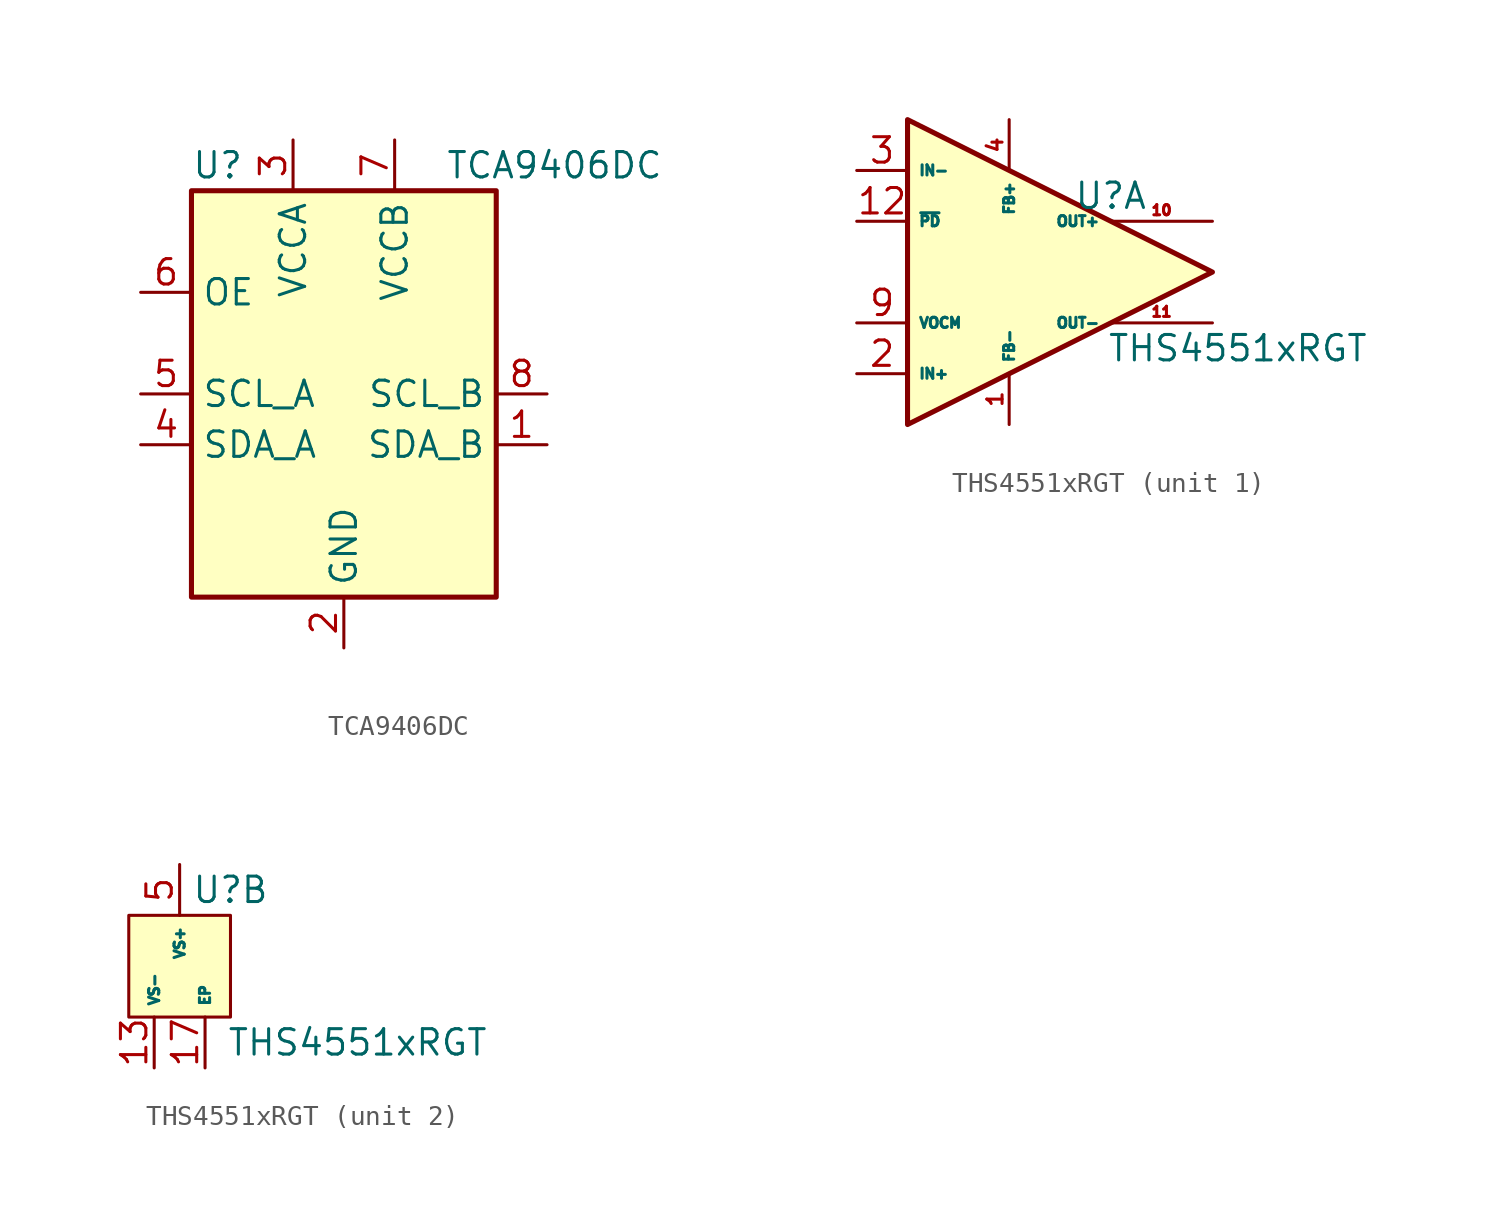
<source format=kicad_sym>
(kicad_symbol_lib
  (version 20220914)
  (generator kicad_symbol_editor)
  (symbol "TCA9406DC"
    (property "Reference" "U"
      (at -7.62 11.43 0)
      (effects (font (size 1.27 1.27)) (justify left)))
    (property "Value" "TCA9406DC"
      (at 5.08 11.43 0)
      (effects (font (size 1.27 1.27)) (justify left)))
    (symbol "TCA9406DC_0_1"
      (rectangle (start -7.62 10.16) (end 7.62 -10.16) (stroke (width 0.254) (type default)) (fill (type background))))
    (symbol "TCA9406DC_1_1"
      (pin bidirectional line (at 10.16 -2.54 180) (length 2.54) (name "SDA_B" (effects (font (size 1.27 1.27)))) (number "1" (effects (font (size 1.27 1.27)))))
      (pin power_in line (at 0 -12.7 90) (length 2.54) (name "GND" (effects (font (size 1.27 1.27)))) (number "2" (effects (font (size 1.27 1.27)))))
      (pin power_in line (at -2.54 12.7 270) (length 2.54) (name "VCCA" (effects (font (size 1.27 1.27)))) (number "3" (effects (font (size 1.27 1.27)))))
      (pin bidirectional line (at -10.16 -2.54 0) (length 2.54) (name "SDA_A" (effects (font (size 1.27 1.27)))) (number "4" (effects (font (size 1.27 1.27)))))
      (pin bidirectional line (at -10.16 0 0) (length 2.54) (name "SCL_A" (effects (font (size 1.27 1.27)))) (number "5" (effects (font (size 1.27 1.27)))))
      (pin input line (at -10.16 5.08 0) (length 2.54) (name "OE" (effects (font (size 1.27 1.27)))) (number "6" (effects (font (size 1.27 1.27)))))
      (pin power_in line (at 2.54 12.7 270) (length 2.54) (name "VCCB" (effects (font (size 1.27 1.27)))) (number "7" (effects (font (size 1.27 1.27)))))
      (pin bidirectional line (at 10.16 0 180) (length 2.54) (name "SCL_B" (effects (font (size 1.27 1.27)))) (number "8" (effects (font (size 1.27 1.27)))))))
  (symbol "THS4551xRGT"
    (property "Reference" "U"
      (at 2.54 3.81 0)
      (effects (font (size 1.27 1.27))))
    (property "Value" "THS4551xRGT"
      (at 8.89 -3.81 0)
      (effects (font (size 1.27 1.27))))
    (property "ki_locked" ""
      (at 0 0 0)
      (effects (font (size 1.27 1.27))))
    (symbol "THS4551xRGT_1_1"
      (polyline (pts (xy -7.62 7.62) (xy -7.62 -7.62) (xy 7.62 0) (xy -7.62 7.62)) (stroke (width 0.254) (type default)) (fill (type background)))
      (pin output line (at -2.54 -7.62 90) (length 2.54) (name "FB-" (effects (font (size 0.508 0.508)))) (number "1" (effects (font (size 0.762 0.762)))))
      (pin output line (at 7.62 2.54 180) (length 5.08) (name "OUT+" (effects (font (size 0.508 0.508)))) (number "10" (effects (font (size 0.508 0.508)))))
      (pin output line (at 7.62 -2.54 180) (length 5.08) (name "OUT-" (effects (font (size 0.508 0.508)))) (number "11" (effects (font (size 0.508 0.508)))))
      (pin input line (at -10.16 2.54 0) (length 2.54) (name "~{PD}" (effects (font (size 0.508 0.508)))) (number "12" (effects (font (size 1.27 1.27)))))
      (pin input line (at -10.16 -5.08 0) (length 2.54) (name "IN+" (effects (font (size 0.508 0.508)))) (number "2" (effects (font (size 1.27 1.27)))))
      (pin input line (at -10.16 5.08 0) (length 2.54) (name "IN-" (effects (font (size 0.508 0.508)))) (number "3" (effects (font (size 1.27 1.27)))))
      (pin output line (at -2.54 7.62 270) (length 2.54) (name "FB+" (effects (font (size 0.508 0.508)))) (number "4" (effects (font (size 0.762 0.762)))))
      (pin input line (at -10.16 -2.54 0) (length 2.54) (name "VOCM" (effects (font (size 0.508 0.508)))) (number "9" (effects (font (size 1.27 1.27))))))
    (symbol "THS4551xRGT_2_1"
      (rectangle (start -2.54 2.54) (end 2.54 -2.54) (stroke (width 0) (type default)) (fill (type background)))
      (pin power_in line (at -1.27 -5.08 90) (length 2.54) (name "VS-" (effects (font (size 0.508 0.508)))) (number "13" (effects (font (size 1.27 1.27)))))
      (pin passive line (at -1.27 -5.08 90) (length 2.54) hide (name "VS-" (effects (font (size 0.508 0.508)))) (number "14" (effects (font (size 1.27 1.27)))))
      (pin passive line (at -1.27 -5.08 90) (length 2.54) hide (name "VS-" (effects (font (size 0.508 0.508)))) (number "15" (effects (font (size 1.27 1.27)))))
      (pin passive line (at -1.27 -5.08 90) (length 2.54) hide (name "VS-" (effects (font (size 0.508 0.508)))) (number "16" (effects (font (size 1.27 1.27)))))
      (pin passive line (at 1.27 -5.08 90) (length 2.54) (name "EP" (effects (font (size 0.508 0.508)))) (number "17" (effects (font (size 1.27 1.27)))))
      (pin power_in line (at 0 5.08 270) (length 2.54) (name "VS+" (effects (font (size 0.508 0.508)))) (number "5" (effects (font (size 1.27 1.27)))))
      (pin passive line (at 0 5.08 270) (length 2.54) hide (name "VS+" (effects (font (size 0.508 0.508)))) (number "6" (effects (font (size 1.27 1.27)))))
      (pin passive line (at 0 5.08 270) (length 2.54) hide (name "VS+" (effects (font (size 0.508 0.508)))) (number "7" (effects (font (size 1.27 1.27)))))
      (pin passive line (at 0 5.08 270) (length 2.54) hide (name "VS+" (effects (font (size 0.508 0.508)))) (number "8" (effects (font (size 1.27 1.27))))))))
</source>
